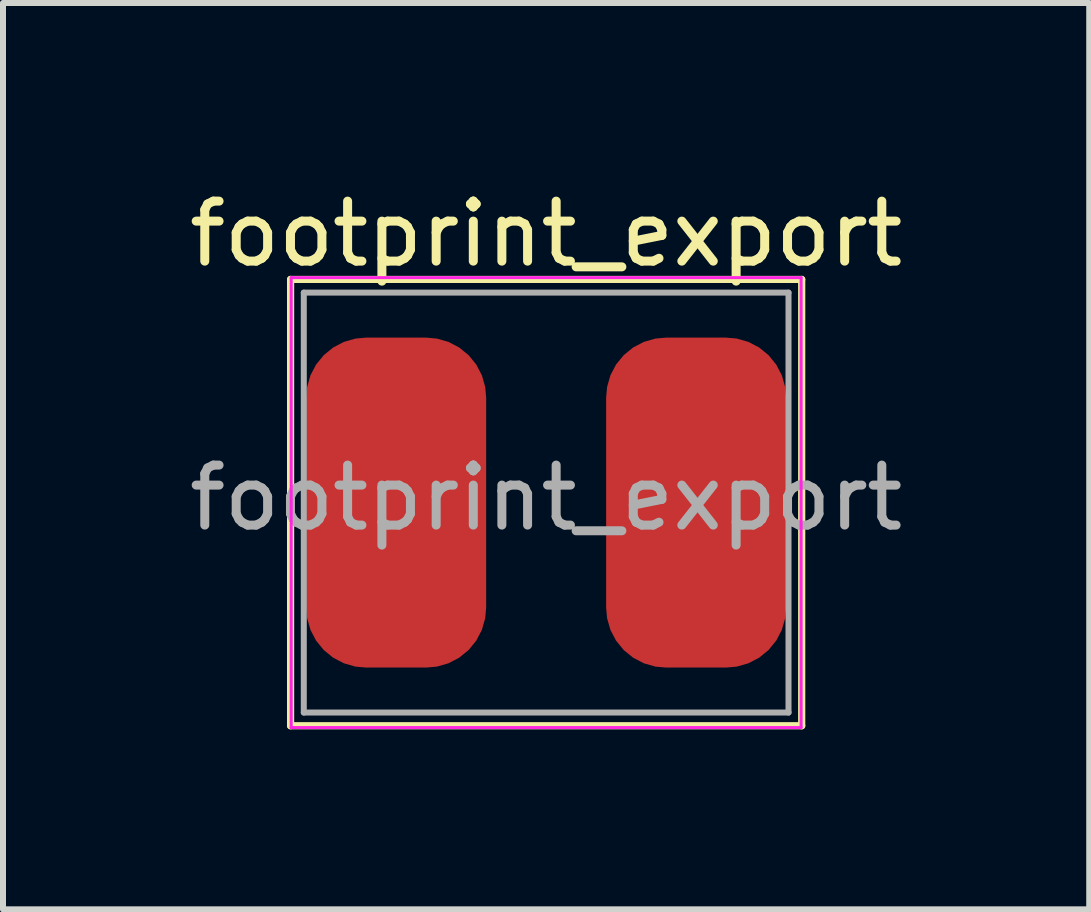
<source format=kicad_pcb>
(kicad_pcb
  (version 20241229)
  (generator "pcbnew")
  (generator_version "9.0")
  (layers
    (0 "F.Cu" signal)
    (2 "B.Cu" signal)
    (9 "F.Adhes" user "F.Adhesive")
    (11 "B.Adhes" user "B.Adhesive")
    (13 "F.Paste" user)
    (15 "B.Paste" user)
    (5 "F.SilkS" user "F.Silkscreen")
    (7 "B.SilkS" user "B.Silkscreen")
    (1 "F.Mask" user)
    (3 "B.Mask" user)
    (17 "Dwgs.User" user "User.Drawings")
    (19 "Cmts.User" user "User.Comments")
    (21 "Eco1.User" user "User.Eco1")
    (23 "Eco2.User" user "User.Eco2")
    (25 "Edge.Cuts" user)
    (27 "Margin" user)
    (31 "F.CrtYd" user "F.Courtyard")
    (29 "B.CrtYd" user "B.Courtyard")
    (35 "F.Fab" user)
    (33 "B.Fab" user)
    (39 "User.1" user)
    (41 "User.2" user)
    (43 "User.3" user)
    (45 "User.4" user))
  (footprint "footprint_export"
    (layer "F.Cu")
    (at 6.054 5.328)
    (property "Reference" "footprint_export" (at 0 -4.48 180) (layer "F.SilkS") (effects (font (size 1 1) (thickness 0.15))))
    (attr smd)
    (fp_line (start -4.26 -3.72) (end 4.26 -3.72) (stroke (width 0.12) (type solid)) (layer "F.SilkS"))
    (fp_line (start -4.26 3.72) (end -4.26 -3.72) (stroke (width 0.12) (type solid)) (layer "F.SilkS"))
    (fp_line (start 4.26 -3.72) (end 4.26 3.72) (stroke (width 0.12) (type solid)) (layer "F.SilkS"))
    (fp_line (start 4.26 3.72) (end -4.26 3.72) (stroke (width 0.12) (type solid)) (layer "F.SilkS"))
    (fp_line (start -4.25 -3.75) (end -4.25 3.75) (stroke (width 0.05) (type solid)) (layer "F.CrtYd"))
    (fp_line (start -4.25 3.75) (end 4.25 3.75) (stroke (width 0.05) (type solid)) (layer "F.CrtYd"))
    (fp_line (start 4.25 -3.75) (end -4.25 -3.75) (stroke (width 0.05) (type solid)) (layer "F.CrtYd"))
    (fp_line (start 4.25 3.75) (end 4.25 -3.75) (stroke (width 0.05) (type solid)) (layer "F.CrtYd"))
    (fp_line (start -4.04 -3.5) (end -4.04 3.5) (stroke (width 0.1) (type solid)) (layer "F.Fab"))
    (fp_line (start -4.04 3.5) (end 4.04 3.5) (stroke (width 0.1) (type solid)) (layer "F.Fab"))
    (fp_line (start 4.04 -3.5) (end -4.04 -3.5) (stroke (width 0.1) (type solid)) (layer "F.Fab"))
    (fp_line (start 4.04 3.5) (end 4.04 -3.5) (stroke (width 0.1) (type solid)) (layer "F.Fab"))
    (fp_text user "${REFERENCE}" (at 0 -0.08 0) (layer "F.Fab") (effects (font (size 1 1) (thickness 0.15))))
    (pad "1" smd roundrect (at -2.5 0) (size 3 5.5) (layers "F.Cu" "F.Mask" "F.Paste") (roundrect_rratio 0.333))
    (pad "2" smd roundrect (at 2.5 0) (size 3 5.5) (layers "F.Cu" "F.Mask" "F.Paste") (roundrect_rratio 0.333)))
  (gr_rect
    (start -3 -3)
    (end 15.107 12.108)
    (stroke (width 0.1) (type default))
    (fill no)
    (layer "Edge.Cuts")))
</source>
